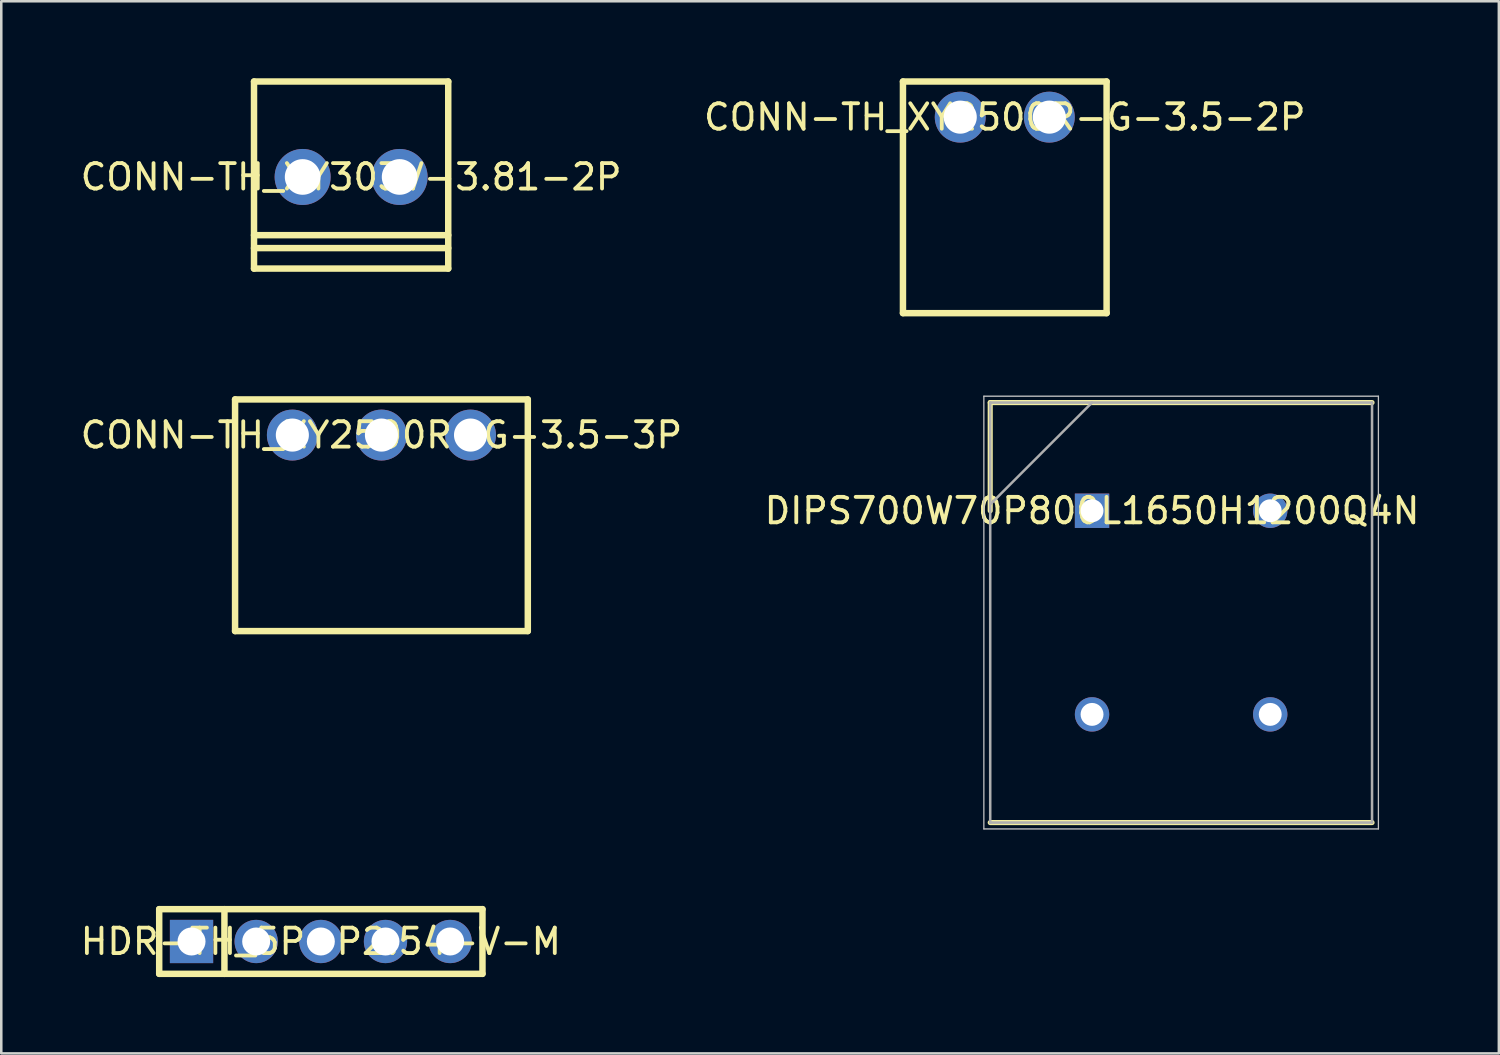
<source format=kicad_pcb>
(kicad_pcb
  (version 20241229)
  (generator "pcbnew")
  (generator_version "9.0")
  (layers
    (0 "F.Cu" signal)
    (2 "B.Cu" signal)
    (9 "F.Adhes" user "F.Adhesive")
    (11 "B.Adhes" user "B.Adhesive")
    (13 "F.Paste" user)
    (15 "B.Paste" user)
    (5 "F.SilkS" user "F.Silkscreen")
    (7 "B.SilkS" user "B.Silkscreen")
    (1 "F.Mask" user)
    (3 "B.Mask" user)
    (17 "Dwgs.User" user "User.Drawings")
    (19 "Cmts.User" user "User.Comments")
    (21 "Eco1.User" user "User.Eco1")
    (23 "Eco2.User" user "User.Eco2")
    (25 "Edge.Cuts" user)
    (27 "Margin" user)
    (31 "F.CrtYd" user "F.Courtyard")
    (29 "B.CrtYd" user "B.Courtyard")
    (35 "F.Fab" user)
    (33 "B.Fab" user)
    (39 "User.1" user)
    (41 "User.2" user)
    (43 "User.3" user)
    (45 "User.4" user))
  (footprint "CONN-TH_XY2500R-G-3.5-3P"
    (layer "F.Cu")
    (at 11.935 14.042)
    (property "Reference" "CONN-TH_XY2500R-G-3.5-3P" (at 0 0 0) (layer "F.SilkS") (effects (font (size 1 1) (thickness 0.15))))
    (fp_line (start -5.75 -1.4) (end -5.75 7.7) (stroke (width 0.254) (type default)) (layer "F.SilkS"))
    (fp_line (start -5.75 -1.4) (end 5.75 -1.4) (stroke (width 0.254) (type default)) (layer "F.SilkS"))
    (fp_line (start -5.75 7.7) (end 5.75 7.7) (stroke (width 0.254) (type default)) (layer "F.SilkS"))
    (fp_line (start 5.75 -1.4) (end 5.75 7.7) (stroke (width 0.254) (type default)) (layer "F.SilkS"))
    (fp_poly (pts (xy -2.95 0) (xy -2.969 -0.142) (xy -3.024 -0.275) (xy -3.111 -0.389) (xy -3.225 -0.476) (xy -3.358 -0.531) (xy -3.5 -0.55) (xy -3.642 -0.531) (xy -3.775 -0.476) (xy -3.889 -0.389) (xy -3.976 -0.275) (xy -4.031 -0.142) (xy -4.05 0) (xy -4.031 0.142) (xy -3.976 0.275) (xy -3.889 0.389) (xy -3.775 0.476) (xy -3.642 0.531) (xy -3.5 0.55) (xy -3.358 0.531) (xy -3.225 0.476) (xy -3.111 0.389) (xy -3.024 0.275) (xy -2.969 0.142)) (stroke (width 0.1) (type default)) (fill no) (layer "User.1"))
    (fp_poly (pts (xy 0.55 0) (xy 0.531 -0.142) (xy 0.476 -0.275) (xy 0.389 -0.389) (xy 0.275 -0.476) (xy 0.142 -0.531) (xy 0 -0.55) (xy -0.142 -0.531) (xy -0.275 -0.476) (xy -0.389 -0.389) (xy -0.476 -0.275) (xy -0.531 -0.142) (xy -0.55 0) (xy -0.531 0.142) (xy -0.476 0.275) (xy -0.389 0.389) (xy -0.275 0.476) (xy -0.142 0.531) (xy 0 0.55) (xy 0.142 0.531) (xy 0.275 0.476) (xy 0.389 0.389) (xy 0.476 0.275) (xy 0.531 0.142)) (stroke (width 0.1) (type default)) (fill no) (layer "User.1"))
    (fp_poly (pts (xy 4.05 0) (xy 4.031 -0.142) (xy 3.976 -0.275) (xy 3.889 -0.389) (xy 3.775 -0.476) (xy 3.642 -0.531) (xy 3.5 -0.55) (xy 3.358 -0.531) (xy 3.225 -0.476) (xy 3.111 -0.389) (xy 3.024 -0.275) (xy 2.969 -0.142) (xy 2.95 0) (xy 2.969 0.142) (xy 3.024 0.275) (xy 3.111 0.389) (xy 3.225 0.476) (xy 3.358 0.531) (xy 3.5 0.55) (xy 3.642 0.531) (xy 3.775 0.476) (xy 3.889 0.389) (xy 3.976 0.275) (xy 4.031 0.142)) (stroke (width 0.1) (type default)) (fill no) (layer "User.1"))
    (fp_line (start -5.877 -1.527) (end 5.877 -1.527) (stroke (width 0.051) (type default)) (layer "User.2"))
    (fp_line (start -5.877 7.827) (end -5.877 -1.527) (stroke (width 0.051) (type default)) (layer "User.2"))
    (fp_line (start 5.877 -1.527) (end 5.877 7.827) (stroke (width 0.051) (type default)) (layer "User.2"))
    (fp_line (start 5.877 7.827) (end -5.877 7.827) (stroke (width 0.051) (type default)) (layer "User.2"))
    (fp_poly (pts (xy -5.817 7.827) (xy -5.835 7.785) (xy -5.877 7.767) (xy -5.919 7.785) (xy -5.937 7.827) (xy -5.919 7.869) (xy -5.877 7.887) (xy -5.835 7.869)) (stroke (width 0.1) (type default)) (fill no) (layer "User.3"))
    (pad "1" thru_hole circle (at -3.5 0) (size 2 2) (drill 1.3) (layers "*.Cu" "*.Mask"))
    (pad "2" thru_hole circle (at 0 0) (size 2 2) (drill 1.3) (layers "*.Cu" "*.Mask"))
    (pad "3" thru_hole circle (at 3.5 0) (size 2 2) (drill 1.3) (layers "*.Cu" "*.Mask")))
  (footprint "CONN-TH_XY303V-3.81-2P"
    (layer "F.Cu")
    (at 10.744 3.902)
    (property "Reference" "CONN-TH_XY303V-3.81-2P" (at 0 0 0) (layer "F.SilkS") (effects (font (size 1 1) (thickness 0.15))))
    (fp_line (start -3.815 -3.75) (end -3.815 3.6) (stroke (width 0.254) (type default)) (layer "F.SilkS"))
    (fp_line (start -3.815 -3.75) (end 3.815 -3.75) (stroke (width 0.254) (type default)) (layer "F.SilkS"))
    (fp_line (start -3.815 2.287) (end 3.815 2.287) (stroke (width 0.254) (type default)) (layer "F.SilkS"))
    (fp_line (start -3.815 2.795) (end 3.815 2.795) (stroke (width 0.254) (type default)) (layer "F.SilkS"))
    (fp_line (start -3.815 3.6) (end 3.815 3.6) (stroke (width 0.254) (type default)) (layer "F.SilkS"))
    (fp_line (start 3.815 -3.75) (end 3.815 3.6) (stroke (width 0.254) (type default)) (layer "F.SilkS"))
    (fp_poly (pts (xy -1.305 0) (xy -1.325 -0.155) (xy -1.385 -0.3) (xy -1.481 -0.424) (xy -1.605 -0.52) (xy -1.75 -0.58) (xy -1.905 -0.6) (xy -2.06 -0.58) (xy -2.205 -0.52) (xy -2.329 -0.424) (xy -2.425 -0.3) (xy -2.485 -0.155) (xy -2.505 0) (xy -2.485 0.155) (xy -2.425 0.3) (xy -2.329 0.424) (xy -2.205 0.52) (xy -2.06 0.58) (xy -1.905 0.6) (xy -1.75 0.58) (xy -1.605 0.52) (xy -1.481 0.424) (xy -1.385 0.3) (xy -1.325 0.155)) (stroke (width 0.1) (type default)) (fill no) (layer "User.1"))
    (fp_poly (pts (xy 2.505 0) (xy 2.485 -0.155) (xy 2.425 -0.3) (xy 2.329 -0.424) (xy 2.205 -0.52) (xy 2.06 -0.58) (xy 1.905 -0.6) (xy 1.75 -0.58) (xy 1.605 -0.52) (xy 1.481 -0.424) (xy 1.385 -0.3) (xy 1.325 -0.155) (xy 1.305 0) (xy 1.325 0.155) (xy 1.385 0.3) (xy 1.481 0.424) (xy 1.605 0.52) (xy 1.75 0.58) (xy 1.905 0.6) (xy 2.06 0.58) (xy 2.205 0.52) (xy 2.329 0.424) (xy 2.425 0.3) (xy 2.485 0.155)) (stroke (width 0.1) (type default)) (fill no) (layer "User.1"))
    (fp_line (start -3.942 -3.877) (end 3.942 -3.877) (stroke (width 0.051) (type default)) (layer "User.2"))
    (fp_line (start -3.942 3.727) (end -3.942 -3.877) (stroke (width 0.051) (type default)) (layer "User.2"))
    (fp_line (start 3.942 -3.877) (end 3.942 3.727) (stroke (width 0.051) (type default)) (layer "User.2"))
    (fp_line (start 3.942 3.727) (end -3.942 3.727) (stroke (width 0.051) (type default)) (layer "User.2"))
    (fp_poly (pts (xy -3.882 3.727) (xy -3.9 3.685) (xy -3.942 3.667) (xy -3.984 3.685) (xy -4.002 3.727) (xy -3.984 3.769) (xy -3.942 3.787) (xy -3.9 3.769)) (stroke (width 0.1) (type default)) (fill no) (layer "User.3"))
    (pad "1" thru_hole circle (at -1.905 0) (size 2.2 2.2) (drill 1.4) (layers "*.Cu" "*.Mask"))
    (pad "2" thru_hole circle (at 1.905 0) (size 2.2 2.2) (drill 1.4) (layers "*.Cu" "*.Mask")))
  (footprint "CONN-TH_XY2500R-G-3.5-2P"
    (layer "F.Cu")
    (at 36.423 1.552)
    (property "Reference" "CONN-TH_XY2500R-G-3.5-2P" (at 0 0 0) (layer "F.SilkS") (effects (font (size 1 1) (thickness 0.15))))
    (fp_line (start -4 -1.4) (end -4 7.7) (stroke (width 0.254) (type default)) (layer "F.SilkS"))
    (fp_line (start -4 -1.4) (end 4 -1.4) (stroke (width 0.254) (type default)) (layer "F.SilkS"))
    (fp_line (start -4 7.7) (end 4 7.7) (stroke (width 0.254) (type default)) (layer "F.SilkS"))
    (fp_line (start 4 -1.4) (end 4 7.7) (stroke (width 0.254) (type default)) (layer "F.SilkS"))
    (fp_poly (pts (xy -1.2 0) (xy -1.219 -0.142) (xy -1.274 -0.275) (xy -1.361 -0.389) (xy -1.475 -0.476) (xy -1.608 -0.531) (xy -1.75 -0.55) (xy -1.892 -0.531) (xy -2.025 -0.476) (xy -2.139 -0.389) (xy -2.226 -0.275) (xy -2.281 -0.142) (xy -2.3 0) (xy -2.281 0.142) (xy -2.226 0.275) (xy -2.139 0.389) (xy -2.025 0.476) (xy -1.892 0.531) (xy -1.75 0.55) (xy -1.608 0.531) (xy -1.475 0.476) (xy -1.361 0.389) (xy -1.274 0.275) (xy -1.219 0.142)) (stroke (width 0.1) (type default)) (fill no) (layer "User.1"))
    (fp_poly (pts (xy 2.3 0) (xy 2.281 -0.142) (xy 2.226 -0.275) (xy 2.139 -0.389) (xy 2.025 -0.476) (xy 1.892 -0.531) (xy 1.75 -0.55) (xy 1.608 -0.531) (xy 1.475 -0.476) (xy 1.361 -0.389) (xy 1.274 -0.275) (xy 1.219 -0.142) (xy 1.2 0) (xy 1.219 0.142) (xy 1.274 0.275) (xy 1.361 0.389) (xy 1.475 0.476) (xy 1.608 0.531) (xy 1.75 0.55) (xy 1.892 0.531) (xy 2.025 0.476) (xy 2.139 0.389) (xy 2.226 0.275) (xy 2.281 0.142)) (stroke (width 0.1) (type default)) (fill no) (layer "User.1"))
    (fp_line (start -4.127 -1.527) (end 4.127 -1.527) (stroke (width 0.051) (type default)) (layer "User.2"))
    (fp_line (start -4.127 7.827) (end -4.127 -1.527) (stroke (width 0.051) (type default)) (layer "User.2"))
    (fp_line (start 4.127 -1.527) (end 4.127 7.827) (stroke (width 0.051) (type default)) (layer "User.2"))
    (fp_line (start 4.127 7.827) (end -4.127 7.827) (stroke (width 0.051) (type default)) (layer "User.2"))
    (fp_poly (pts (xy -4.067 7.827) (xy -4.085 7.785) (xy -4.127 7.767) (xy -4.169 7.785) (xy -4.187 7.827) (xy -4.169 7.869) (xy -4.127 7.887) (xy -4.085 7.869)) (stroke (width 0.1) (type default)) (fill no) (layer "User.3"))
    (pad "1" thru_hole circle (at -1.75 0) (size 2 2) (drill 1.3) (layers "*.Cu" "*.Mask"))
    (pad "2" thru_hole circle (at 1.75 0) (size 2 2) (drill 1.3) (layers "*.Cu" "*.Mask")))
  (footprint "HDR-TH_5P-P2.54-V-M"
    (layer "F.Cu")
    (at 9.554 33.937)
    (property "Reference" "HDR-TH_5P-P2.54-V-M" (at 0 0 0) (layer "F.SilkS") (effects (font (size 1 1) (thickness 0.15))))
    (fp_line (start -6.35 -1.27) (end 6.35 -1.27) (stroke (width 0.254) (type default)) (layer "F.SilkS"))
    (fp_line (start -6.35 1.27) (end -6.35 -1.27) (stroke (width 0.254) (type default)) (layer "F.SilkS"))
    (fp_line (start -3.787 -1.27) (end -3.787 1.27) (stroke (width 0.254) (type default)) (layer "F.SilkS"))
    (fp_line (start 6.35 -1.27) (end 6.35 1.27) (stroke (width 0.254) (type default)) (layer "F.SilkS"))
    (fp_line (start 6.35 1.27) (end -6.35 1.27) (stroke (width 0.254) (type default)) (layer "F.SilkS"))
    (fp_poly (pts (xy -5.4 -0.32) (xy -4.76 -0.32) (xy -4.76 0.32) (xy -5.4 0.32)) (stroke (width 0.1) (type default)) (fill no) (layer "User.1"))
    (fp_poly (pts (xy -2.86 -0.32) (xy -2.22 -0.32) (xy -2.22 0.32) (xy -2.86 0.32)) (stroke (width 0.1) (type default)) (fill no) (layer "User.1"))
    (fp_poly (pts (xy -0.32 -0.32) (xy 0.32 -0.32) (xy 0.32 0.32) (xy -0.32 0.32)) (stroke (width 0.1) (type default)) (fill no) (layer "User.1"))
    (fp_poly (pts (xy 2.22 -0.32) (xy 2.86 -0.32) (xy 2.86 0.32) (xy 2.22 0.32)) (stroke (width 0.1) (type default)) (fill no) (layer "User.1"))
    (fp_poly (pts (xy 4.76 -0.32) (xy 5.4 -0.32) (xy 5.4 0.32) (xy 4.76 0.32)) (stroke (width 0.1) (type default)) (fill no) (layer "User.1"))
    (fp_line (start -6.35 -0.669) (end -6.35 0.67) (stroke (width 0.051) (type default)) (layer "User.2"))
    (fp_line (start -6.35 0.67) (end -6.35 0.67) (stroke (width 0.051) (type default)) (layer "User.2"))
    (fp_line (start -6.35 0.67) (end -6.301 0.67) (stroke (width 0.051) (type default)) (layer "User.2"))
    (fp_line (start -6.301 0.67) (end -5.851 1.27) (stroke (width 0.051) (type default)) (layer "User.2"))
    (fp_line (start -6.3 -0.67) (end -6.35 -0.669) (stroke (width 0.051) (type default)) (layer "User.2"))
    (fp_line (start -6.029 -1.032) (end -6.3 -0.67) (stroke (width 0.051) (type default)) (layer "User.2"))
    (fp_line (start -5.851 1.27) (end -4.311 1.27) (stroke (width 0.051) (type default)) (layer "User.2"))
    (fp_line (start -5.85 -1.27) (end -6.029 -1.032) (stroke (width 0.051) (type default)) (layer "User.2"))
    (fp_line (start -4.311 -1.27) (end -5.85 -1.27) (stroke (width 0.051) (type default)) (layer "User.2"))
    (fp_line (start -4.311 1.27) (end -4.077 0.966) (stroke (width 0.051) (type default)) (layer "User.2"))
    (fp_line (start -4.149 -1.059) (end -4.311 -1.27) (stroke (width 0.051) (type default)) (layer "User.2"))
    (fp_line (start -4.077 0.966) (end -3.861 0.669) (stroke (width 0.051) (type default)) (layer "User.2"))
    (fp_line (start -4.048 -0.925) (end -4.149 -1.059) (stroke (width 0.051) (type default)) (layer "User.2"))
    (fp_line (start -4.017 -0.883) (end -4.048 -0.925) (stroke (width 0.051) (type default)) (layer "User.2"))
    (fp_line (start -3.861 0.669) (end -3.76 0.67) (stroke (width 0.051) (type default)) (layer "User.2"))
    (fp_line (start -3.86 -0.67) (end -4.017 -0.883) (stroke (width 0.051) (type default)) (layer "User.2"))
    (fp_line (start -3.76 0.67) (end -3.311 1.27) (stroke (width 0.051) (type default)) (layer "User.2"))
    (fp_line (start -3.76 -0.67) (end -3.86 -0.67) (stroke (width 0.051) (type default)) (layer "User.2"))
    (fp_line (start -3.311 1.27) (end -1.77 1.27) (stroke (width 0.051) (type default)) (layer "User.2"))
    (fp_line (start -3.31 -1.27) (end -3.76 -0.67) (stroke (width 0.051) (type default)) (layer "User.2"))
    (fp_line (start -1.77 -1.27) (end -3.31 -1.27) (stroke (width 0.051) (type default)) (layer "User.2"))
    (fp_line (start -1.77 1.27) (end -1.542 0.972) (stroke (width 0.051) (type default)) (layer "User.2"))
    (fp_line (start -1.631 -1.089) (end -1.77 -1.27) (stroke (width 0.051) (type default)) (layer "User.2"))
    (fp_line (start -1.546 -0.977) (end -1.631 -1.089) (stroke (width 0.051) (type default)) (layer "User.2"))
    (fp_line (start -1.542 0.972) (end -1.503 0.919) (stroke (width 0.051) (type default)) (layer "User.2"))
    (fp_line (start -1.503 0.919) (end -1.32 0.67) (stroke (width 0.051) (type default)) (layer "User.2"))
    (fp_line (start -1.46 -0.859) (end -1.546 -0.977) (stroke (width 0.051) (type default)) (layer "User.2"))
    (fp_line (start -1.435 -0.827) (end -1.46 -0.859) (stroke (width 0.051) (type default)) (layer "User.2"))
    (fp_line (start -1.417 -0.801) (end -1.435 -0.827) (stroke (width 0.051) (type default)) (layer "User.2"))
    (fp_line (start -1.32 -0.67) (end -1.417 -0.801) (stroke (width 0.051) (type default)) (layer "User.2"))
    (fp_line (start -1.32 0.67) (end -1.22 0.67) (stroke (width 0.051) (type default)) (layer "User.2"))
    (fp_line (start -1.22 -0.669) (end -1.32 -0.67) (stroke (width 0.051) (type default)) (layer "User.2"))
    (fp_line (start -1.22 0.67) (end -0.77 1.27) (stroke (width 0.051) (type default)) (layer "User.2"))
    (fp_line (start -0.77 1.27) (end 0.77 1.27) (stroke (width 0.051) (type default)) (layer "User.2"))
    (fp_line (start -0.77 -1.27) (end -1.22 -0.669) (stroke (width 0.051) (type default)) (layer "User.2"))
    (fp_line (start 0.769 -1.27) (end -0.77 -1.27) (stroke (width 0.051) (type default)) (layer "User.2"))
    (fp_line (start 0.77 1.27) (end 0.992 0.98) (stroke (width 0.051) (type default)) (layer "User.2"))
    (fp_line (start 0.868 -1.143) (end 0.769 -1.27) (stroke (width 0.051) (type default)) (layer "User.2"))
    (fp_line (start 0.992 0.98) (end 1.02 0.942) (stroke (width 0.051) (type default)) (layer "User.2"))
    (fp_line (start 1.01 -0.955) (end 0.868 -1.143) (stroke (width 0.051) (type default)) (layer "User.2"))
    (fp_line (start 1.02 0.942) (end 1.22 0.67) (stroke (width 0.051) (type default)) (layer "User.2"))
    (fp_line (start 1.107 -0.822) (end 1.01 -0.955) (stroke (width 0.051) (type default)) (layer "User.2"))
    (fp_line (start 1.136 -0.783) (end 1.107 -0.822) (stroke (width 0.051) (type default)) (layer "User.2"))
    (fp_line (start 1.22 0.67) (end 1.32 0.67) (stroke (width 0.051) (type default)) (layer "User.2"))
    (fp_line (start 1.22 -0.67) (end 1.136 -0.783) (stroke (width 0.051) (type default)) (layer "User.2"))
    (fp_line (start 1.32 0.67) (end 1.77 1.27) (stroke (width 0.051) (type default)) (layer "User.2"))
    (fp_line (start 1.321 -0.669) (end 1.22 -0.67) (stroke (width 0.051) (type default)) (layer "User.2"))
    (fp_line (start 1.77 -1.27) (end 1.321 -0.669) (stroke (width 0.051) (type default)) (layer "User.2"))
    (fp_line (start 1.77 1.27) (end 3.309 1.27) (stroke (width 0.051) (type default)) (layer "User.2"))
    (fp_line (start 3.309 1.27) (end 3.51 1.009) (stroke (width 0.051) (type default)) (layer "User.2"))
    (fp_line (start 3.31 -1.27) (end 1.77 -1.27) (stroke (width 0.051) (type default)) (layer "User.2"))
    (fp_line (start 3.458 -1.077) (end 3.31 -1.27) (stroke (width 0.051) (type default)) (layer "User.2"))
    (fp_line (start 3.51 1.009) (end 3.545 0.963) (stroke (width 0.051) (type default)) (layer "User.2"))
    (fp_line (start 3.533 -0.979) (end 3.458 -1.077) (stroke (width 0.051) (type default)) (layer "User.2"))
    (fp_line (start 3.545 0.963) (end 3.582 0.913) (stroke (width 0.051) (type default)) (layer "User.2"))
    (fp_line (start 3.582 0.913) (end 3.76 0.67) (stroke (width 0.051) (type default)) (layer "User.2"))
    (fp_line (start 3.76 -0.67) (end 3.533 -0.979) (stroke (width 0.051) (type default)) (layer "User.2"))
    (fp_line (start 3.76 0.67) (end 3.86 0.67) (stroke (width 0.051) (type default)) (layer "User.2"))
    (fp_line (start 3.86 0.67) (end 4.31 1.27) (stroke (width 0.051) (type default)) (layer "User.2"))
    (fp_line (start 3.861 -0.669) (end 3.76 -0.67) (stroke (width 0.051) (type default)) (layer "User.2"))
    (fp_line (start 4.31 1.27) (end 5.85 1.27) (stroke (width 0.051) (type default)) (layer "User.2"))
    (fp_line (start 4.311 -1.27) (end 3.861 -0.669) (stroke (width 0.051) (type default)) (layer "User.2"))
    (fp_line (start 5.85 -1.27) (end 4.311 -1.27) (stroke (width 0.051) (type default)) (layer "User.2"))
    (fp_line (start 5.85 1.27) (end 6.074 0.976) (stroke (width 0.051) (type default)) (layer "User.2"))
    (fp_line (start 6.074 0.976) (end 6.3 0.67) (stroke (width 0.051) (type default)) (layer "User.2"))
    (fp_line (start 6.08 -0.971) (end 5.85 -1.27) (stroke (width 0.051) (type default)) (layer "User.2"))
    (fp_line (start 6.112 -0.925) (end 6.08 -0.971) (stroke (width 0.051) (type default)) (layer "User.2"))
    (fp_line (start 6.3 0.67) (end 6.35 0.67) (stroke (width 0.051) (type default)) (layer "User.2"))
    (fp_line (start 6.3 -0.669) (end 6.112 -0.925) (stroke (width 0.051) (type default)) (layer "User.2"))
    (fp_line (start 6.35 -0.669) (end 6.3 -0.669) (stroke (width 0.051) (type default)) (layer "User.2"))
    (fp_line (start 6.35 0.67) (end 6.35 -0.669) (stroke (width 0.051) (type default)) (layer "User.2"))
    (fp_poly (pts (xy -6.29 1.271) (xy -6.308 1.229) (xy -6.35 1.211) (xy -6.392 1.229) (xy -6.41 1.271) (xy -6.392 1.313) (xy -6.35 1.331) (xy -6.308 1.313)) (stroke (width 0.1) (type default)) (fill no) (layer "User.3"))
    (pad "1" thru_hole rect (at -5.08 0) (size 1.7 1.7) (drill 1.1) (layers "*.Cu" "*.Mask"))
    (pad "2" thru_hole circle (at -2.54 0) (size 1.7 1.7) (drill 1.1) (layers "*.Cu" "*.Mask"))
    (pad "3" thru_hole circle (at 0 0) (size 1.7 1.7) (drill 1.1) (layers "*.Cu" "*.Mask"))
    (pad "4" thru_hole circle (at 2.54 0) (size 1.7 1.7) (drill 1.1) (layers "*.Cu" "*.Mask"))
    (pad "5" thru_hole circle (at 5.08 0) (size 1.7 1.7) (drill 1.1) (layers "*.Cu" "*.Mask")))
  (footprint "DIPS700W70P800L1650H1200Q4N"
    (layer "F.Cu")
    (at 39.851 17.015)
    (property "Reference" "DIPS700W70P800L1650H1200Q4N" (at 0 0 0) (layer "F.SilkS") (effects (font (size 1 1) (thickness 0.15))))
    (fp_line (start -4 -4.25) (end -4 0) (stroke (width 0.2) (type default)) (layer "F.SilkS"))
    (fp_line (start -4 12.25) (end 11 12.25) (stroke (width 0.2) (type default)) (layer "F.SilkS"))
    (fp_line (start 11 -4.25) (end -4 -4.25) (stroke (width 0.2) (type default)) (layer "F.SilkS"))
    (fp_line (start -4.25 -4.5) (end 11.25 -4.5) (stroke (width 0.05) (type default)) (layer "Dwgs.User"))
    (fp_line (start -4.25 12.5) (end -4.25 -4.5) (stroke (width 0.05) (type default)) (layer "Dwgs.User"))
    (fp_line (start 11.25 -4.5) (end 11.25 12.5) (stroke (width 0.05) (type default)) (layer "Dwgs.User"))
    (fp_line (start 11.25 12.5) (end -4.25 12.5) (stroke (width 0.05) (type default)) (layer "Dwgs.User"))
    (fp_line (start -4 -4.25) (end 11 -4.25) (stroke (width 0.1) (type default)) (layer "F.Fab"))
    (fp_line (start -4 -0.25) (end 0 -4.25) (stroke (width 0.1) (type default)) (layer "F.Fab"))
    (fp_line (start -4 12.25) (end -4 -4.25) (stroke (width 0.1) (type default)) (layer "F.Fab"))
    (fp_line (start 11 -4.25) (end 11 12.25) (stroke (width 0.1) (type default)) (layer "F.Fab"))
    (fp_line (start 11 12.25) (end -4 12.25) (stroke (width 0.1) (type default)) (layer "F.Fab"))
    (pad "1" thru_hole rect (at 0 0) (size 1.35 1.35) (drill 0.9) (layers "*.Cu" "*.Mask"))
    (pad "2" thru_hole circle (at 0 8) (size 1.35 1.35) (drill 0.9) (layers "*.Cu" "*.Mask"))
    (pad "3" thru_hole circle (at 7 8) (size 1.35 1.35) (drill 0.9) (layers "*.Cu" "*.Mask"))
    (pad "4" thru_hole circle (at 7 0) (size 1.35 1.35) (drill 0.9) (layers "*.Cu" "*.Mask")))
  (gr_rect
    (start -3 -3)
    (end 55.833 38.334)
    (stroke (width 0.1) (type default))
    (fill no)
    (layer "Edge.Cuts")))
</source>
